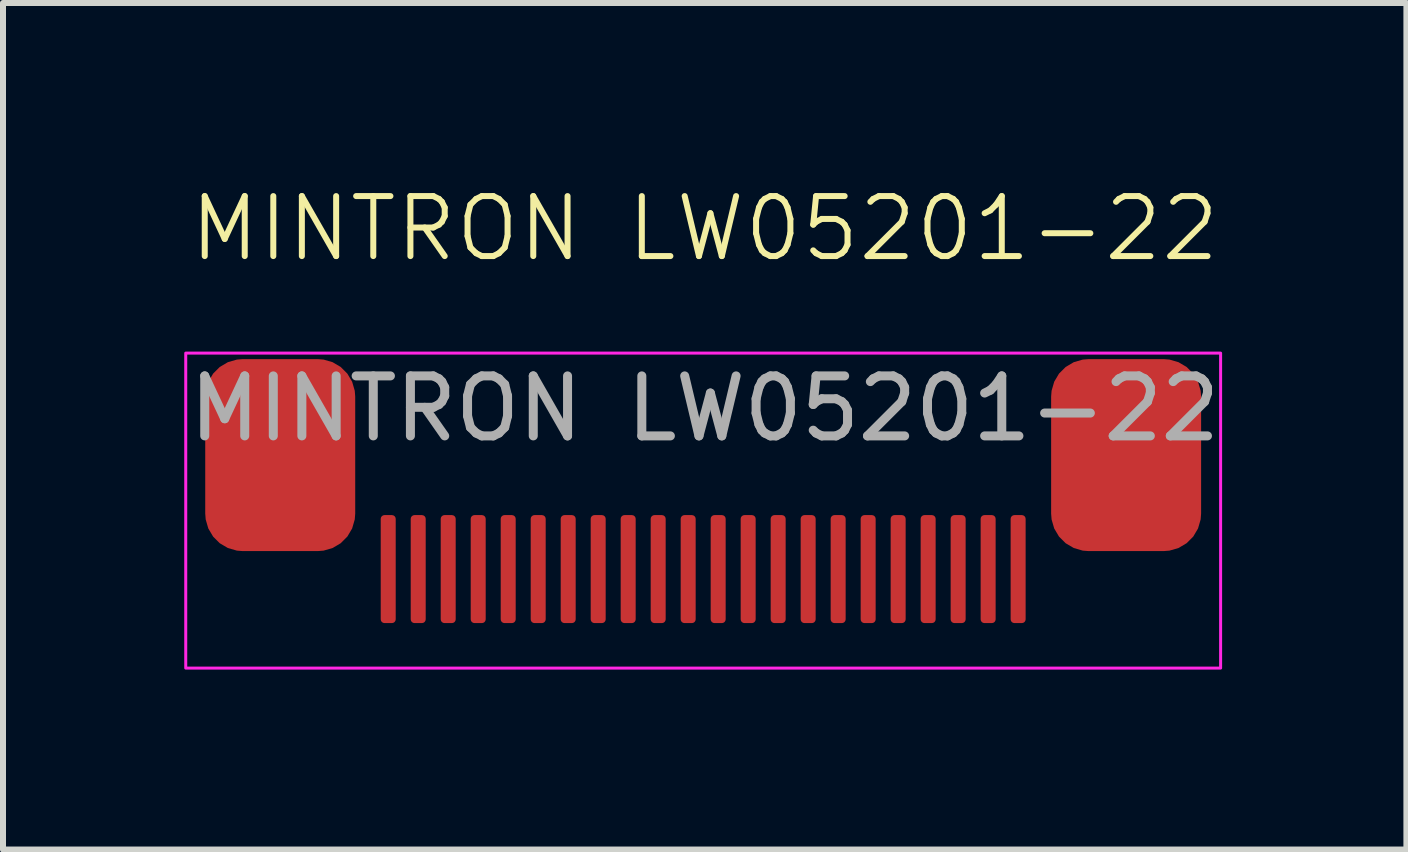
<source format=kicad_pcb>
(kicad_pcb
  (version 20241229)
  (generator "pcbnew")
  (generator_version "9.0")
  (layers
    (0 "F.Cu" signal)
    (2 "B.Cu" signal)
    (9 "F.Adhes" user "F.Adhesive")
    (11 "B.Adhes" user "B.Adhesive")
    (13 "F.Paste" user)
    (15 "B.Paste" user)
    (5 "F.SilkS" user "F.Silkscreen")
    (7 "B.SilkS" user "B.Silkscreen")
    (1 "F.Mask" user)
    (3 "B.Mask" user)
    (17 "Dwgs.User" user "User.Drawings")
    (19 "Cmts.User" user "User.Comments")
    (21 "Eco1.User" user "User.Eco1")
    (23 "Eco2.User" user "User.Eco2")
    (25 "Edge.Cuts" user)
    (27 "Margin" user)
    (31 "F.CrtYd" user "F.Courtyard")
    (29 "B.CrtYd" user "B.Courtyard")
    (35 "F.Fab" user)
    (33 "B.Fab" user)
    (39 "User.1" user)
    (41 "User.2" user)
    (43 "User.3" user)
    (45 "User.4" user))
  (footprint "MINTRON LW05201-22"
    (layer "F.Cu")
    (at 8.721 1.486)
    (property "Reference" "MINTRON LW05201-22" (at -0.025 -0.725 0) (unlocked yes) (layer "F.SilkS") (effects (font (size 1 1) (thickness 0.1))))
    (attr smd)
    (fp_rect (start -8.675 1.35) (end 8.575 6.6) (stroke (width 0.05) (type default)) (fill no) (layer "F.CrtYd"))
    (fp_text user "${REFERENCE}" (at -0.025 2.275 0) (unlocked yes) (layer "F.Fab") (effects (font (size 1 1) (thickness 0.15))))
    (pad "1" smd roundrect (at 5.2 4.95 180) (size 0.25 1.8) (layers "F.Cu" "F.Mask" "F.Paste") (roundrect_rratio 0.25))
    (pad "2" smd roundrect (at 4.7 4.95 180) (size 0.25 1.8) (layers "F.Cu" "F.Mask" "F.Paste") (roundrect_rratio 0.25))
    (pad "3" smd roundrect (at 4.2 4.95 180) (size 0.25 1.8) (layers "F.Cu" "F.Mask" "F.Paste") (roundrect_rratio 0.25))
    (pad "4" smd roundrect (at 3.7 4.95 180) (size 0.25 1.8) (layers "F.Cu" "F.Mask" "F.Paste") (roundrect_rratio 0.25))
    (pad "5" smd roundrect (at 3.2 4.95 180) (size 0.25 1.8) (layers "F.Cu" "F.Mask" "F.Paste") (roundrect_rratio 0.25))
    (pad "6" smd roundrect (at 2.7 4.95 180) (size 0.25 1.8) (layers "F.Cu" "F.Mask" "F.Paste") (roundrect_rratio 0.25))
    (pad "7" smd roundrect (at 2.2 4.95 180) (size 0.25 1.8) (layers "F.Cu" "F.Mask" "F.Paste") (roundrect_rratio 0.25))
    (pad "8" smd roundrect (at 1.7 4.95 180) (size 0.25 1.8) (layers "F.Cu" "F.Mask" "F.Paste") (roundrect_rratio 0.25))
    (pad "9" smd roundrect (at 1.2 4.95 180) (size 0.25 1.8) (layers "F.Cu" "F.Mask" "F.Paste") (roundrect_rratio 0.25))
    (pad "10" smd roundrect (at 0.7 4.95 180) (size 0.25 1.8) (layers "F.Cu" "F.Mask" "F.Paste") (roundrect_rratio 0.25))
    (pad "11" smd roundrect (at 0.2 4.95 180) (size 0.25 1.8) (layers "F.Cu" "F.Mask" "F.Paste") (roundrect_rratio 0.25))
    (pad "12" smd roundrect (at -0.3 4.95 180) (size 0.25 1.8) (layers "F.Cu" "F.Mask" "F.Paste") (roundrect_rratio 0.25))
    (pad "13" smd roundrect (at -0.8 4.95 180) (size 0.25 1.8) (layers "F.Cu" "F.Mask" "F.Paste") (roundrect_rratio 0.25))
    (pad "14" smd roundrect (at -1.3 4.95 180) (size 0.25 1.8) (layers "F.Cu" "F.Mask" "F.Paste") (roundrect_rratio 0.25))
    (pad "15" smd roundrect (at -1.8 4.95 180) (size 0.25 1.8) (layers "F.Cu" "F.Mask" "F.Paste") (roundrect_rratio 0.25))
    (pad "16" smd roundrect (at -2.3 4.95 180) (size 0.25 1.8) (layers "F.Cu" "F.Mask" "F.Paste") (roundrect_rratio 0.25))
    (pad "17" smd roundrect (at -2.8 4.95 180) (size 0.25 1.8) (layers "F.Cu" "F.Mask" "F.Paste") (roundrect_rratio 0.25))
    (pad "18" smd roundrect (at -3.3 4.95 180) (size 0.25 1.8) (layers "F.Cu" "F.Mask" "F.Paste") (roundrect_rratio 0.25))
    (pad "19" smd roundrect (at -3.8 4.95 180) (size 0.25 1.8) (layers "F.Cu" "F.Mask" "F.Paste") (roundrect_rratio 0.25))
    (pad "20" smd roundrect (at -4.3 4.95 180) (size 0.25 1.8) (layers "F.Cu" "F.Mask" "F.Paste") (roundrect_rratio 0.25))
    (pad "21" smd roundrect (at -4.8 4.95 180) (size 0.25 1.8) (layers "F.Cu" "F.Mask" "F.Paste") (roundrect_rratio 0.25))
    (pad "22" smd roundrect (at -5.3 4.95 180) (size 0.25 1.8) (layers "F.Cu" "F.Mask" "F.Paste") (roundrect_rratio 0.25))
    (pad "MP" smd roundrect (at -7.1 3.05 90) (size 3.2 2.5) (layers "F.Cu" "F.Mask" "F.Paste") (roundrect_rratio 0.25))
    (pad "MP" smd roundrect (at 7 3.05 90) (size 3.2 2.5) (layers "F.Cu" "F.Mask" "F.Paste") (roundrect_rratio 0.25)))
  (gr_rect
    (start -3 -3)
    (end 20.393 11.111)
    (stroke (width 0.1) (type default))
    (fill no)
    (layer "Edge.Cuts")))
</source>
